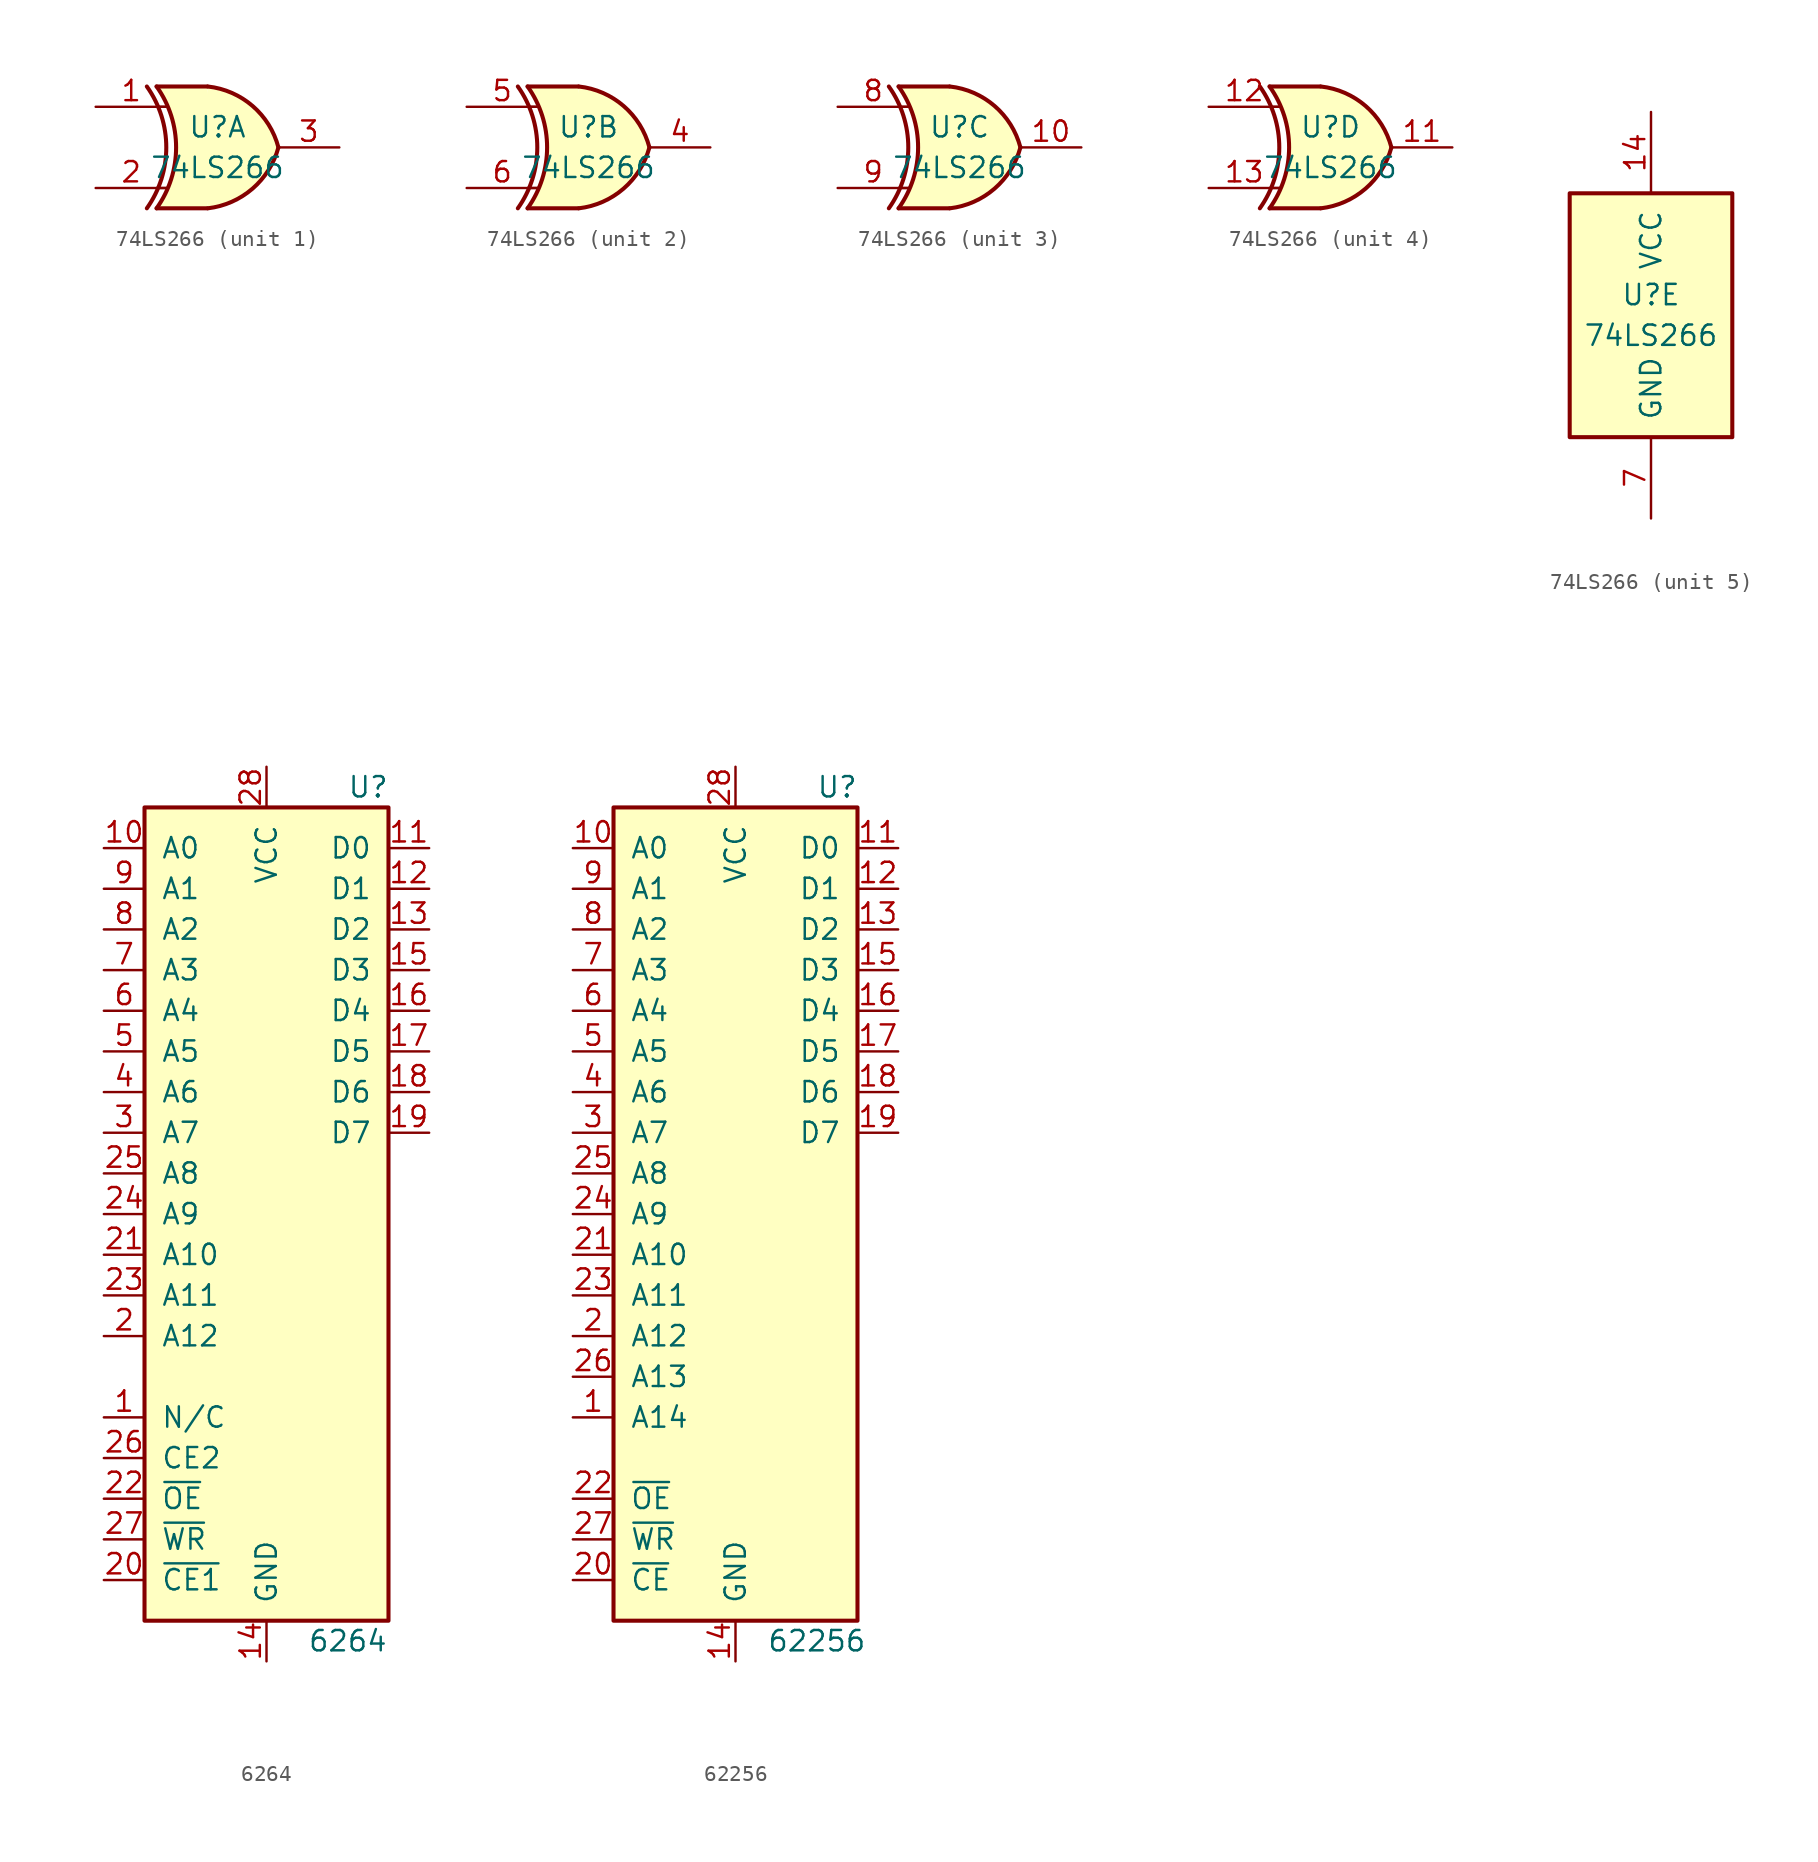
<source format=kicad_sym>
(kicad_symbol_lib
  (version 20220914)
  (generator kicad_symbol_editor)
  (symbol "74LS266"
    (pin_names
      (offset 1.016))
    (property "Reference" "U"
      (at 0 1.27 0)
      (effects (font (size 1.27 1.27))))
    (property "Value" "74LS266"
      (at 0 -1.27 0)
      (effects (font (size 1.27 1.27))))
    (property "ki_locked" ""
      (at 0 0 0)
      (effects (font (size 1.27 1.27))))
    (symbol "74LS266_1_0"
      (arc (start -4.4196 -3.81) (mid -3.2033 0) (end -4.4196 3.81) (stroke (width 0.254) (type default)) (fill (type none)))
      (arc (start -3.81 -3.81) (mid -2.589 0) (end -3.81 3.81) (stroke (width 0.254) (type default)) (fill (type none)))
      (arc (start -0.6096 -3.81) (mid 2.1855 -2.584) (end 3.81 0) (stroke (width 0.254) (type default)) (fill (type background)))
      (polyline (pts (xy -3.81 -3.81) (xy -0.635 -3.81)) (stroke (width 0.254) (type default)) (fill (type background)))
      (polyline (pts (xy -3.81 3.81) (xy -0.635 3.81)) (stroke (width 0.254) (type default)) (fill (type background)))
      (polyline (pts (xy -0.635 3.81) (xy -3.81 3.81) (xy -3.81 3.81) (xy -3.556 3.404) (xy -3.023 2.261) (xy -2.692 1.041) (xy -2.616 -0.254) (xy -2.769 -1.499) (xy -3.175 -2.718) (xy -3.81 -3.81) (xy -3.81 -3.81) (xy -0.635 -3.81)) (stroke (width -25.4) (type default)) (fill (type background)))
      (arc (start 3.81 0) (mid 2.1928 2.5925) (end -0.6096 3.81) (stroke (width 0.254) (type default)) (fill (type background)))
      (pin input line (at -7.62 2.54 0) (length 4.445) (name "~" (effects (font (size 1.27 1.27)))) (number "1" (effects (font (size 1.27 1.27)))))
      (pin input line (at -7.62 -2.54 0) (length 4.445) (name "~" (effects (font (size 1.27 1.27)))) (number "2" (effects (font (size 1.27 1.27)))))
      (pin open_collector line (at 7.62 0 180) (length 3.81) (name "~" (effects (font (size 1.27 1.27)))) (number "3" (effects (font (size 1.27 1.27))))))
    (symbol "74LS266_1_1"
      (polyline (pts (xy -3.81 -2.54) (xy -3.175 -2.54)) (stroke (width 0.152) (type default)) (fill (type none)))
      (polyline (pts (xy -3.81 2.54) (xy -3.175 2.54)) (stroke (width 0.152) (type default)) (fill (type none))))
    (symbol "74LS266_2_0"
      (arc (start -4.4196 -3.81) (mid -3.2033 0) (end -4.4196 3.81) (stroke (width 0.254) (type default)) (fill (type none)))
      (arc (start -3.81 -3.81) (mid -2.589 0) (end -3.81 3.81) (stroke (width 0.254) (type default)) (fill (type none)))
      (arc (start -0.6096 -3.81) (mid 2.1855 -2.584) (end 3.81 0) (stroke (width 0.254) (type default)) (fill (type background)))
      (polyline (pts (xy -3.81 -3.81) (xy -0.635 -3.81)) (stroke (width 0.254) (type default)) (fill (type background)))
      (polyline (pts (xy -3.81 3.81) (xy -0.635 3.81)) (stroke (width 0.254) (type default)) (fill (type background)))
      (polyline (pts (xy -0.635 3.81) (xy -3.81 3.81) (xy -3.81 3.81) (xy -3.556 3.404) (xy -3.023 2.261) (xy -2.692 1.041) (xy -2.616 -0.254) (xy -2.769 -1.499) (xy -3.175 -2.718) (xy -3.81 -3.81) (xy -3.81 -3.81) (xy -0.635 -3.81)) (stroke (width -25.4) (type default)) (fill (type background)))
      (arc (start 3.81 0) (mid 2.1928 2.5925) (end -0.6096 3.81) (stroke (width 0.254) (type default)) (fill (type background)))
      (pin open_collector line (at 7.62 0 180) (length 3.81) (name "~" (effects (font (size 1.27 1.27)))) (number "4" (effects (font (size 1.27 1.27)))))
      (pin input line (at -7.62 2.54 0) (length 4.445) (name "~" (effects (font (size 1.27 1.27)))) (number "5" (effects (font (size 1.27 1.27)))))
      (pin input line (at -7.62 -2.54 0) (length 4.445) (name "~" (effects (font (size 1.27 1.27)))) (number "6" (effects (font (size 1.27 1.27))))))
    (symbol "74LS266_2_1"
      (polyline (pts (xy -3.81 -2.54) (xy -3.175 -2.54)) (stroke (width 0.152) (type default)) (fill (type none)))
      (polyline (pts (xy -3.81 2.54) (xy -3.175 2.54)) (stroke (width 0.152) (type default)) (fill (type none))))
    (symbol "74LS266_3_0"
      (arc (start -4.4196 -3.81) (mid -3.2033 0) (end -4.4196 3.81) (stroke (width 0.254) (type default)) (fill (type none)))
      (arc (start -3.81 -3.81) (mid -2.589 0) (end -3.81 3.81) (stroke (width 0.254) (type default)) (fill (type none)))
      (arc (start -0.6096 -3.81) (mid 2.1855 -2.584) (end 3.81 0) (stroke (width 0.254) (type default)) (fill (type background)))
      (polyline (pts (xy -3.81 -3.81) (xy -0.635 -3.81)) (stroke (width 0.254) (type default)) (fill (type background)))
      (polyline (pts (xy -3.81 3.81) (xy -0.635 3.81)) (stroke (width 0.254) (type default)) (fill (type background)))
      (polyline (pts (xy -0.635 3.81) (xy -3.81 3.81) (xy -3.81 3.81) (xy -3.556 3.404) (xy -3.023 2.261) (xy -2.692 1.041) (xy -2.616 -0.254) (xy -2.769 -1.499) (xy -3.175 -2.718) (xy -3.81 -3.81) (xy -3.81 -3.81) (xy -0.635 -3.81)) (stroke (width -25.4) (type default)) (fill (type background)))
      (arc (start 3.81 0) (mid 2.1928 2.5925) (end -0.6096 3.81) (stroke (width 0.254) (type default)) (fill (type background)))
      (pin open_collector line (at 7.62 0 180) (length 3.81) (name "~" (effects (font (size 1.27 1.27)))) (number "10" (effects (font (size 1.27 1.27)))))
      (pin input line (at -7.62 2.54 0) (length 4.445) (name "~" (effects (font (size 1.27 1.27)))) (number "8" (effects (font (size 1.27 1.27)))))
      (pin input line (at -7.62 -2.54 0) (length 4.445) (name "~" (effects (font (size 1.27 1.27)))) (number "9" (effects (font (size 1.27 1.27))))))
    (symbol "74LS266_3_1"
      (polyline (pts (xy -3.81 -2.54) (xy -3.175 -2.54)) (stroke (width 0.152) (type default)) (fill (type none)))
      (polyline (pts (xy -3.81 2.54) (xy -3.175 2.54)) (stroke (width 0.152) (type default)) (fill (type none))))
    (symbol "74LS266_4_0"
      (arc (start -4.4196 -3.81) (mid -3.2033 0) (end -4.4196 3.81) (stroke (width 0.254) (type default)) (fill (type none)))
      (arc (start -3.81 -3.81) (mid -2.589 0) (end -3.81 3.81) (stroke (width 0.254) (type default)) (fill (type none)))
      (arc (start -0.6096 -3.81) (mid 2.1855 -2.584) (end 3.81 0) (stroke (width 0.254) (type default)) (fill (type background)))
      (polyline (pts (xy -3.81 -3.81) (xy -0.635 -3.81)) (stroke (width 0.254) (type default)) (fill (type background)))
      (polyline (pts (xy -3.81 3.81) (xy -0.635 3.81)) (stroke (width 0.254) (type default)) (fill (type background)))
      (polyline (pts (xy -0.635 3.81) (xy -3.81 3.81) (xy -3.81 3.81) (xy -3.556 3.404) (xy -3.023 2.261) (xy -2.692 1.041) (xy -2.616 -0.254) (xy -2.769 -1.499) (xy -3.175 -2.718) (xy -3.81 -3.81) (xy -3.81 -3.81) (xy -0.635 -3.81)) (stroke (width -25.4) (type default)) (fill (type background)))
      (arc (start 3.81 0) (mid 2.1928 2.5925) (end -0.6096 3.81) (stroke (width 0.254) (type default)) (fill (type background)))
      (pin open_collector line (at 7.62 0 180) (length 3.81) (name "~" (effects (font (size 1.27 1.27)))) (number "11" (effects (font (size 1.27 1.27)))))
      (pin input line (at -7.62 2.54 0) (length 4.445) (name "~" (effects (font (size 1.27 1.27)))) (number "12" (effects (font (size 1.27 1.27)))))
      (pin input line (at -7.62 -2.54 0) (length 4.445) (name "~" (effects (font (size 1.27 1.27)))) (number "13" (effects (font (size 1.27 1.27))))))
    (symbol "74LS266_4_1"
      (polyline (pts (xy -3.81 -2.54) (xy -3.175 -2.54)) (stroke (width 0.152) (type default)) (fill (type none)))
      (polyline (pts (xy -3.81 2.54) (xy -3.175 2.54)) (stroke (width 0.152) (type default)) (fill (type none))))
    (symbol "74LS266_5_0"
      (pin power_in line (at 0 12.7 270) (length 5.08) (name "VCC" (effects (font (size 1.27 1.27)))) (number "14" (effects (font (size 1.27 1.27)))))
      (pin power_in line (at 0 -12.7 90) (length 5.08) (name "GND" (effects (font (size 1.27 1.27)))) (number "7" (effects (font (size 1.27 1.27))))))
    (symbol "74LS266_5_1"
      (rectangle (start -5.08 7.62) (end 5.08 -7.62) (stroke (width 0.254) (type default)) (fill (type background)))))
  (symbol "6264"
    (pin_names
      (offset 1.016))
    (property "Reference" "U"
      (at 6.35 26.67 0)
      (effects (font (size 1.27 1.27))))
    (property "Value" "6264"
      (at 5.08 -26.67 0)
      (effects (font (size 1.27 1.27))))
    (symbol "6264_1_1"
      (rectangle (start -7.62 25.4) (end 7.62 -25.4) (stroke (width 0.254) (type default)) (fill (type background)))
      (pin unspecified line (at -10.16 -12.7 0) (length 2.54) (name "N/C" (effects (font (size 1.27 1.27)))) (number "1" (effects (font (size 1.27 1.27)))))
      (pin input line (at -10.16 22.86 0) (length 2.54) (name "A0" (effects (font (size 1.27 1.27)))) (number "10" (effects (font (size 1.27 1.27)))))
      (pin tri_state line (at 10.16 22.86 180) (length 2.54) (name "D0" (effects (font (size 1.27 1.27)))) (number "11" (effects (font (size 1.27 1.27)))))
      (pin tri_state line (at 10.16 20.32 180) (length 2.54) (name "D1" (effects (font (size 1.27 1.27)))) (number "12" (effects (font (size 1.27 1.27)))))
      (pin tri_state line (at 10.16 17.78 180) (length 2.54) (name "D2" (effects (font (size 1.27 1.27)))) (number "13" (effects (font (size 1.27 1.27)))))
      (pin power_in line (at 0 -27.94 90) (length 2.54) (name "GND" (effects (font (size 1.27 1.27)))) (number "14" (effects (font (size 1.27 1.27)))))
      (pin tri_state line (at 10.16 15.24 180) (length 2.54) (name "D3" (effects (font (size 1.27 1.27)))) (number "15" (effects (font (size 1.27 1.27)))))
      (pin tri_state line (at 10.16 12.7 180) (length 2.54) (name "D4" (effects (font (size 1.27 1.27)))) (number "16" (effects (font (size 1.27 1.27)))))
      (pin tri_state line (at 10.16 10.16 180) (length 2.54) (name "D5" (effects (font (size 1.27 1.27)))) (number "17" (effects (font (size 1.27 1.27)))))
      (pin tri_state line (at 10.16 7.62 180) (length 2.54) (name "D6" (effects (font (size 1.27 1.27)))) (number "18" (effects (font (size 1.27 1.27)))))
      (pin tri_state line (at 10.16 5.08 180) (length 2.54) (name "D7" (effects (font (size 1.27 1.27)))) (number "19" (effects (font (size 1.27 1.27)))))
      (pin input line (at -10.16 -7.62 0) (length 2.54) (name "A12" (effects (font (size 1.27 1.27)))) (number "2" (effects (font (size 1.27 1.27)))))
      (pin input line (at -10.16 -22.86 0) (length 2.54) (name "~{CE1}" (effects (font (size 1.27 1.27)))) (number "20" (effects (font (size 1.27 1.27)))))
      (pin input line (at -10.16 -2.54 0) (length 2.54) (name "A10" (effects (font (size 1.27 1.27)))) (number "21" (effects (font (size 1.27 1.27)))))
      (pin input line (at -10.16 -17.78 0) (length 2.54) (name "~{OE}" (effects (font (size 1.27 1.27)))) (number "22" (effects (font (size 1.27 1.27)))))
      (pin input line (at -10.16 -5.08 0) (length 2.54) (name "A11" (effects (font (size 1.27 1.27)))) (number "23" (effects (font (size 1.27 1.27)))))
      (pin input line (at -10.16 0 0) (length 2.54) (name "A9" (effects (font (size 1.27 1.27)))) (number "24" (effects (font (size 1.27 1.27)))))
      (pin input line (at -10.16 2.54 0) (length 2.54) (name "A8" (effects (font (size 1.27 1.27)))) (number "25" (effects (font (size 1.27 1.27)))))
      (pin input line (at -10.16 -15.24 0) (length 2.54) (name "CE2" (effects (font (size 1.27 1.27)))) (number "26" (effects (font (size 1.27 1.27)))))
      (pin input line (at -10.16 -20.32 0) (length 2.54) (name "~{WR}" (effects (font (size 1.27 1.27)))) (number "27" (effects (font (size 1.27 1.27)))))
      (pin power_in line (at 0 27.94 270) (length 2.54) (name "VCC" (effects (font (size 1.27 1.27)))) (number "28" (effects (font (size 1.27 1.27)))))
      (pin input line (at -10.16 5.08 0) (length 2.54) (name "A7" (effects (font (size 1.27 1.27)))) (number "3" (effects (font (size 1.27 1.27)))))
      (pin input line (at -10.16 7.62 0) (length 2.54) (name "A6" (effects (font (size 1.27 1.27)))) (number "4" (effects (font (size 1.27 1.27)))))
      (pin input line (at -10.16 10.16 0) (length 2.54) (name "A5" (effects (font (size 1.27 1.27)))) (number "5" (effects (font (size 1.27 1.27)))))
      (pin input line (at -10.16 12.7 0) (length 2.54) (name "A4" (effects (font (size 1.27 1.27)))) (number "6" (effects (font (size 1.27 1.27)))))
      (pin input line (at -10.16 15.24 0) (length 2.54) (name "A3" (effects (font (size 1.27 1.27)))) (number "7" (effects (font (size 1.27 1.27)))))
      (pin input line (at -10.16 17.78 0) (length 2.54) (name "A2" (effects (font (size 1.27 1.27)))) (number "8" (effects (font (size 1.27 1.27)))))
      (pin input line (at -10.16 20.32 0) (length 2.54) (name "A1" (effects (font (size 1.27 1.27)))) (number "9" (effects (font (size 1.27 1.27)))))))
  (symbol "62256"
    (pin_names
      (offset 1.016))
    (property "Reference" "U"
      (at 6.35 26.67 0)
      (effects (font (size 1.27 1.27))))
    (property "Value" "62256"
      (at 5.08 -26.67 0)
      (effects (font (size 1.27 1.27))))
    (symbol "62256_1_1"
      (rectangle (start -7.62 25.4) (end 7.62 -25.4) (stroke (width 0.254) (type default)) (fill (type background)))
      (pin input line (at -10.16 -12.7 0) (length 2.54) (name "A14" (effects (font (size 1.27 1.27)))) (number "1" (effects (font (size 1.27 1.27)))))
      (pin input line (at -10.16 22.86 0) (length 2.54) (name "A0" (effects (font (size 1.27 1.27)))) (number "10" (effects (font (size 1.27 1.27)))))
      (pin tri_state line (at 10.16 22.86 180) (length 2.54) (name "D0" (effects (font (size 1.27 1.27)))) (number "11" (effects (font (size 1.27 1.27)))))
      (pin tri_state line (at 10.16 20.32 180) (length 2.54) (name "D1" (effects (font (size 1.27 1.27)))) (number "12" (effects (font (size 1.27 1.27)))))
      (pin tri_state line (at 10.16 17.78 180) (length 2.54) (name "D2" (effects (font (size 1.27 1.27)))) (number "13" (effects (font (size 1.27 1.27)))))
      (pin power_in line (at 0 -27.94 90) (length 2.54) (name "GND" (effects (font (size 1.27 1.27)))) (number "14" (effects (font (size 1.27 1.27)))))
      (pin tri_state line (at 10.16 15.24 180) (length 2.54) (name "D3" (effects (font (size 1.27 1.27)))) (number "15" (effects (font (size 1.27 1.27)))))
      (pin tri_state line (at 10.16 12.7 180) (length 2.54) (name "D4" (effects (font (size 1.27 1.27)))) (number "16" (effects (font (size 1.27 1.27)))))
      (pin tri_state line (at 10.16 10.16 180) (length 2.54) (name "D5" (effects (font (size 1.27 1.27)))) (number "17" (effects (font (size 1.27 1.27)))))
      (pin tri_state line (at 10.16 7.62 180) (length 2.54) (name "D6" (effects (font (size 1.27 1.27)))) (number "18" (effects (font (size 1.27 1.27)))))
      (pin tri_state line (at 10.16 5.08 180) (length 2.54) (name "D7" (effects (font (size 1.27 1.27)))) (number "19" (effects (font (size 1.27 1.27)))))
      (pin input line (at -10.16 -7.62 0) (length 2.54) (name "A12" (effects (font (size 1.27 1.27)))) (number "2" (effects (font (size 1.27 1.27)))))
      (pin input line (at -10.16 -22.86 0) (length 2.54) (name "~{CE}" (effects (font (size 1.27 1.27)))) (number "20" (effects (font (size 1.27 1.27)))))
      (pin input line (at -10.16 -2.54 0) (length 2.54) (name "A10" (effects (font (size 1.27 1.27)))) (number "21" (effects (font (size 1.27 1.27)))))
      (pin input line (at -10.16 -17.78 0) (length 2.54) (name "~{OE}" (effects (font (size 1.27 1.27)))) (number "22" (effects (font (size 1.27 1.27)))))
      (pin input line (at -10.16 -5.08 0) (length 2.54) (name "A11" (effects (font (size 1.27 1.27)))) (number "23" (effects (font (size 1.27 1.27)))))
      (pin input line (at -10.16 0 0) (length 2.54) (name "A9" (effects (font (size 1.27 1.27)))) (number "24" (effects (font (size 1.27 1.27)))))
      (pin input line (at -10.16 2.54 0) (length 2.54) (name "A8" (effects (font (size 1.27 1.27)))) (number "25" (effects (font (size 1.27 1.27)))))
      (pin input line (at -10.16 -10.16 0) (length 2.54) (name "A13" (effects (font (size 1.27 1.27)))) (number "26" (effects (font (size 1.27 1.27)))))
      (pin input line (at -10.16 -20.32 0) (length 2.54) (name "~{WR}" (effects (font (size 1.27 1.27)))) (number "27" (effects (font (size 1.27 1.27)))))
      (pin power_in line (at 0 27.94 270) (length 2.54) (name "VCC" (effects (font (size 1.27 1.27)))) (number "28" (effects (font (size 1.27 1.27)))))
      (pin input line (at -10.16 5.08 0) (length 2.54) (name "A7" (effects (font (size 1.27 1.27)))) (number "3" (effects (font (size 1.27 1.27)))))
      (pin input line (at -10.16 7.62 0) (length 2.54) (name "A6" (effects (font (size 1.27 1.27)))) (number "4" (effects (font (size 1.27 1.27)))))
      (pin input line (at -10.16 10.16 0) (length 2.54) (name "A5" (effects (font (size 1.27 1.27)))) (number "5" (effects (font (size 1.27 1.27)))))
      (pin input line (at -10.16 12.7 0) (length 2.54) (name "A4" (effects (font (size 1.27 1.27)))) (number "6" (effects (font (size 1.27 1.27)))))
      (pin input line (at -10.16 15.24 0) (length 2.54) (name "A3" (effects (font (size 1.27 1.27)))) (number "7" (effects (font (size 1.27 1.27)))))
      (pin input line (at -10.16 17.78 0) (length 2.54) (name "A2" (effects (font (size 1.27 1.27)))) (number "8" (effects (font (size 1.27 1.27)))))
      (pin input line (at -10.16 20.32 0) (length 2.54) (name "A1" (effects (font (size 1.27 1.27)))) (number "9" (effects (font (size 1.27 1.27))))))))
</source>
